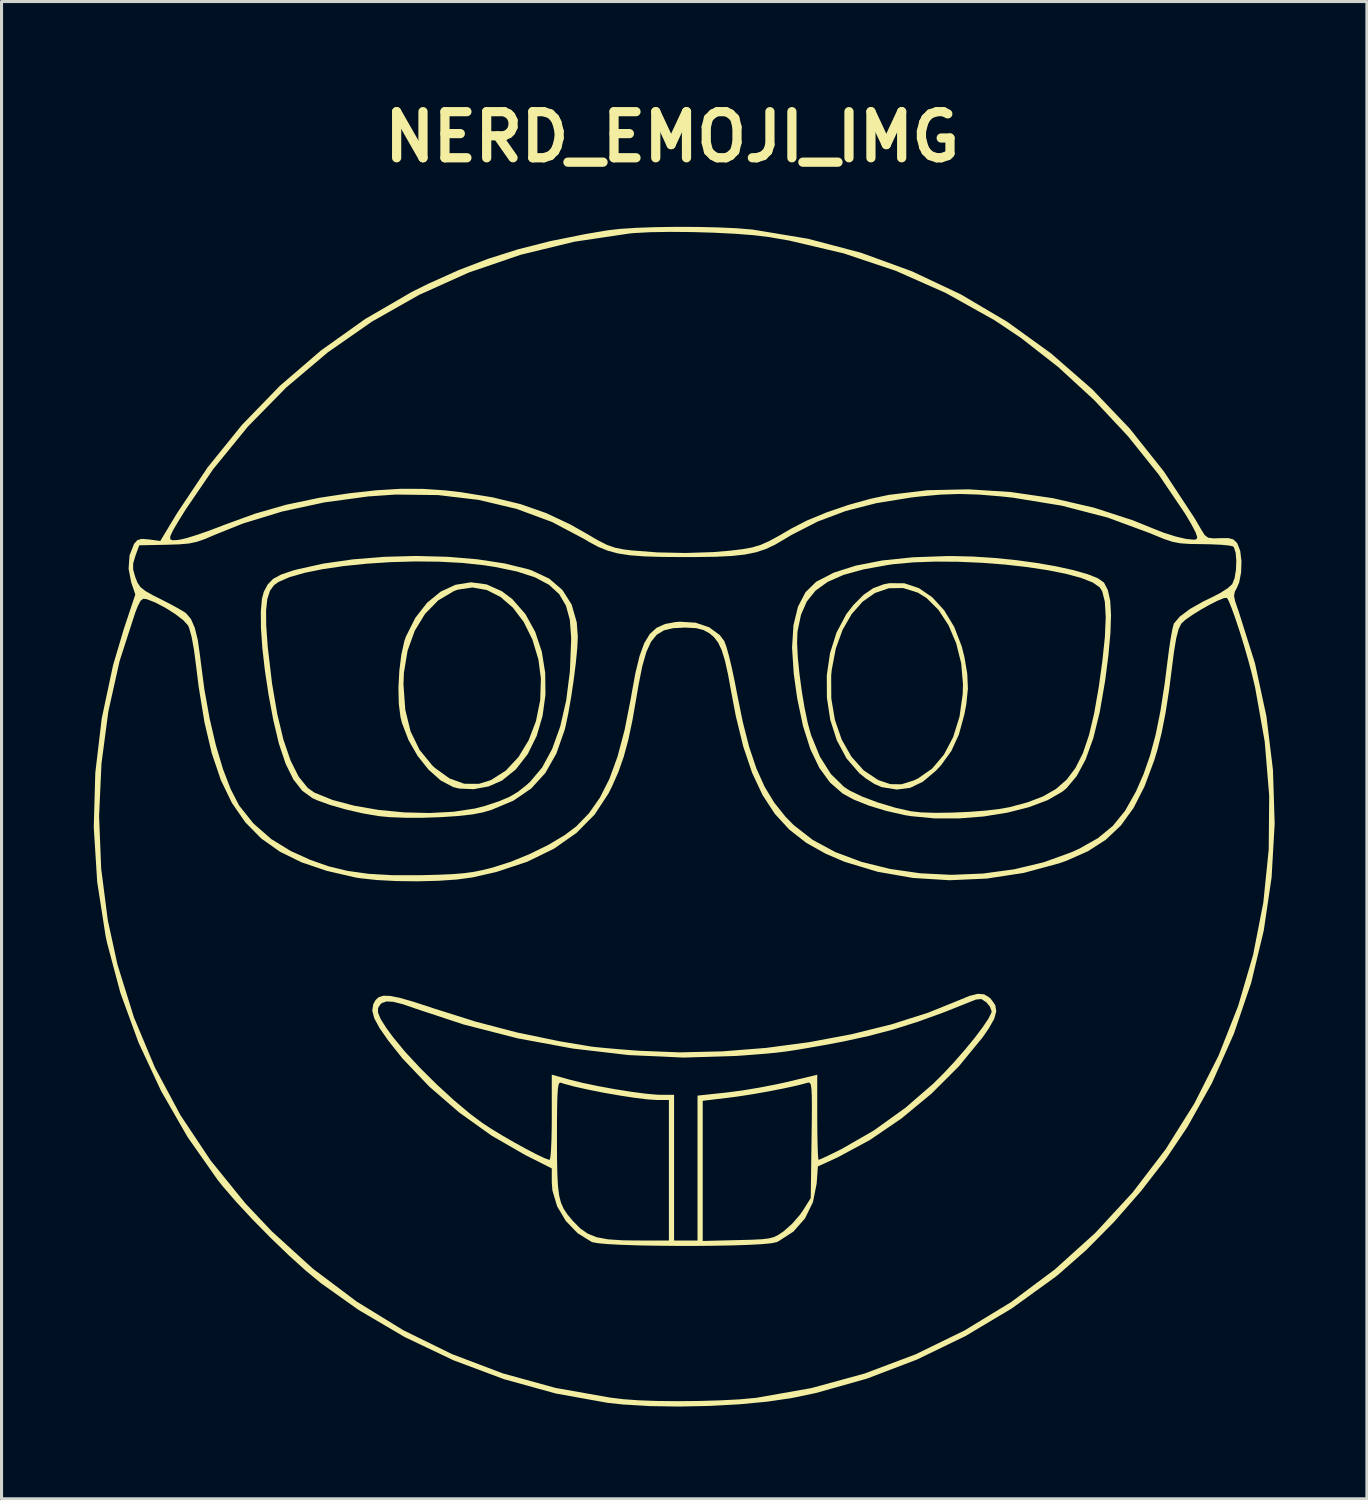
<source format=kicad_pcb>
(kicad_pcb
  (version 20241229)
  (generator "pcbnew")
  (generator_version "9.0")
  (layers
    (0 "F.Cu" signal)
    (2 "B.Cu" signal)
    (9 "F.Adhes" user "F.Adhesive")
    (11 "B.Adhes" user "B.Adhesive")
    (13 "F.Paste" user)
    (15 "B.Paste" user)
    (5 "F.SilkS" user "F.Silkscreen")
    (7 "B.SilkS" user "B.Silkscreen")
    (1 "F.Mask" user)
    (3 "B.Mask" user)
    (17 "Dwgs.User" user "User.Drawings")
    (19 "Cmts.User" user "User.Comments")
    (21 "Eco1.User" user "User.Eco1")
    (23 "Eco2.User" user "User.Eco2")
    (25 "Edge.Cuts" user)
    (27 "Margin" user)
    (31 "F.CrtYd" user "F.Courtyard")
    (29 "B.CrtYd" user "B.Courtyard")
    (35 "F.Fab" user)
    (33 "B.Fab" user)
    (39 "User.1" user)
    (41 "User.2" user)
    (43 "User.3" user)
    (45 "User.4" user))
  (footprint "NERD_EMOJI_IMG"
    (layer "F.Cu")
    (at 19.217 23.504)
    (property "Reference" "NERD_EMOJI_IMG" (at -0.4 -22.1 0) (layer "F.SilkS") (effects (font (size 1.5 1.5) (thickness 0.3))))
    (attr board_only exclude_from_pos_files exclude_from_bom)
    (fp_poly (pts (xy -6.44 -7.544) (xy -5.941 -7.321) (xy -5.601 -7.065) (xy -5.175 -6.578) (xy -4.856 -5.998) (xy -4.641 -5.351) (xy -4.531 -4.663) (xy -4.523 -3.96) (xy -4.616 -3.269) (xy -4.808 -2.616) (xy -5.098 -2.026) (xy -5.485 -1.527) (xy -5.938 -1.162) (xy -6.374 -0.971) (xy -6.863 -0.881) (xy -7.337 -0.903) (xy -7.524 -0.95) (xy -7.929 -1.164) (xy -8.324 -1.514) (xy -8.683 -1.965) (xy -8.98 -2.483) (xy -9.191 -3.036) (xy -9.239 -3.227) (xy -9.295 -3.661) (xy -9.306 -4.183) (xy -9.301 -4.288) (xy -9.142 -4.288) (xy -9.083 -3.465) (xy -8.91 -2.759) (xy -8.617 -2.158) (xy -8.201 -1.651) (xy -8.117 -1.573) (xy -7.643 -1.231) (xy -7.166 -1.059) (xy -6.688 -1.056) (xy -6.299 -1.177) (xy -5.815 -1.486) (xy -5.402 -1.927) (xy -5.071 -2.473) (xy -4.832 -3.098) (xy -4.695 -3.775) (xy -4.672 -4.478) (xy -4.752 -5.097) (xy -4.949 -5.753) (xy -5.231 -6.321) (xy -5.582 -6.786) (xy -5.987 -7.136) (xy -6.431 -7.36) (xy -6.898 -7.443) (xy -7.371 -7.373) (xy -7.501 -7.326) (xy -8.011 -7.024) (xy -8.439 -6.587) (xy -8.775 -6.036) (xy -9.008 -5.389) (xy -9.128 -4.666) (xy -9.142 -4.288) (xy -9.301 -4.288) (xy -9.277 -4.737) (xy -9.211 -5.263) (xy -9.113 -5.703) (xy -9.065 -5.842) (xy -8.756 -6.457) (xy -8.373 -6.948) (xy -7.933 -7.308) (xy -7.452 -7.531) (xy -6.949 -7.612)) (stroke (width 0) (type solid)) (fill yes) (layer "F.SilkS"))
    (fp_poly (pts (xy 7.153 -7.58) (xy 7.624 -7.423) (xy 8.061 -7.124) (xy 8.448 -6.7) (xy 8.772 -6.164) (xy 9.017 -5.531) (xy 9.106 -5.179) (xy 9.198 -4.635) (xy 9.219 -4.154) (xy 9.168 -3.653) (xy 9.103 -3.31) (xy 8.925 -2.659) (xy 8.681 -2.126) (xy 8.346 -1.662) (xy 8.174 -1.479) (xy 7.754 -1.125) (xy 7.342 -0.926) (xy 6.905 -0.87) (xy 6.413 -0.949) (xy 6.177 -1.052) (xy 5.895 -1.233) (xy 5.688 -1.4) (xy 5.269 -1.884) (xy 4.953 -2.475) (xy 4.74 -3.142) (xy 4.632 -3.855) (xy 4.628 -4.572) (xy 4.771 -4.572) (xy 4.775 -3.834) (xy 4.893 -3.133) (xy 5.115 -2.493) (xy 5.431 -1.938) (xy 5.829 -1.493) (xy 6.298 -1.182) (xy 6.308 -1.177) (xy 6.694 -1.046) (xy 7.057 -1.041) (xy 7.454 -1.165) (xy 7.596 -1.232) (xy 8.055 -1.552) (xy 8.439 -2.007) (xy 8.739 -2.577) (xy 8.946 -3.241) (xy 9.049 -3.977) (xy 9.058 -4.301) (xy 9 -4.978) (xy 8.838 -5.626) (xy 8.587 -6.215) (xy 8.26 -6.716) (xy 7.873 -7.1) (xy 7.591 -7.275) (xy 7.112 -7.425) (xy 6.644 -7.418) (xy 6.2 -7.266) (xy 5.793 -6.981) (xy 5.436 -6.576) (xy 5.141 -6.063) (xy 4.921 -5.454) (xy 4.789 -4.761) (xy 4.771 -4.572) (xy 4.628 -4.572) (xy 4.628 -4.585) (xy 4.732 -5.301) (xy 4.943 -5.974) (xy 5.262 -6.574) (xy 5.493 -6.872) (xy 5.828 -7.208) (xy 6.141 -7.423) (xy 6.483 -7.548) (xy 6.662 -7.583)) (stroke (width 0) (type solid)) (fill yes) (layer "F.SilkS"))
    (fp_poly (pts (xy -7.715 -8.442) (xy -6.742 -8.361) (xy -5.854 -8.226) (xy -5.085 -8.037) (xy -4.97 -7.999) (xy -4.404 -7.734) (xy -3.971 -7.362) (xy -3.671 -6.888) (xy -3.506 -6.312) (xy -3.471 -5.844) (xy -3.488 -5.478) (xy -3.534 -4.997) (xy -3.602 -4.451) (xy -3.685 -3.892) (xy -3.776 -3.37) (xy -3.867 -2.936) (xy -3.899 -2.809) (xy -4.168 -2.041) (xy -4.526 -1.41) (xy -4.988 -0.903) (xy -5.566 -0.508) (xy -6.274 -0.211) (xy -6.562 -0.126) (xy -6.909 -0.06) (xy -7.381 -0.008) (xy -7.93 0.028) (xy -8.513 0.048) (xy -9.083 0.048) (xy -9.595 0.028) (xy -9.948 -0.006) (xy -10.476 -0.097) (xy -11.021 -0.223) (xy -11.531 -0.369) (xy -11.951 -0.521) (xy -12.106 -0.592) (xy -12.437 -0.833) (xy -12.725 -1.201) (xy -12.975 -1.707) (xy -13.194 -2.36) (xy -13.377 -3.129) (xy -13.531 -3.955) (xy -13.65 -4.742) (xy -13.733 -5.468) (xy -13.778 -6.113) (xy -13.783 -6.654) (xy -13.779 -6.699) (xy -13.611 -6.699) (xy -13.607 -6.205) (xy -13.562 -5.57) (xy -13.552 -5.461) (xy -13.417 -4.321) (xy -13.248 -3.331) (xy -13.047 -2.492) (xy -12.813 -1.809) (xy -12.549 -1.285) (xy -12.255 -0.923) (xy -12.038 -0.77) (xy -11.451 -0.532) (xy -10.743 -0.344) (xy -9.955 -0.208) (xy -9.126 -0.128) (xy -8.299 -0.107) (xy -7.515 -0.148) (xy -6.815 -0.254) (xy -6.477 -0.342) (xy -6.03 -0.491) (xy -5.696 -0.632) (xy -5.422 -0.794) (xy -5.155 -1.004) (xy -5.02 -1.126) (xy -4.632 -1.587) (xy -4.305 -2.192) (xy -4.042 -2.925) (xy -3.849 -3.769) (xy -3.729 -4.71) (xy -3.688 -5.73) (xy -3.689 -5.842) (xy -3.731 -6.394) (xy -3.857 -6.853) (xy -4.079 -7.229) (xy -4.411 -7.532) (xy -4.866 -7.774) (xy -5.457 -7.965) (xy -6.197 -8.117) (xy -6.529 -8.167) (xy -7.225 -8.242) (xy -7.977 -8.282) (xy -8.761 -8.29) (xy -9.555 -8.268) (xy -10.335 -8.217) (xy -11.078 -8.141) (xy -11.76 -8.041) (xy -12.357 -7.92) (xy -12.847 -7.78) (xy -13.206 -7.623) (xy -13.353 -7.518) (xy -13.485 -7.335) (xy -13.571 -7.069) (xy -13.611 -6.699) (xy -13.779 -6.699) (xy -13.747 -7.07) (xy -13.685 -7.305) (xy -13.556 -7.546) (xy -13.382 -7.724) (xy -13.124 -7.864) (xy -12.746 -7.992) (xy -12.615 -8.028) (xy -11.747 -8.221) (xy -10.788 -8.358) (xy -9.773 -8.441) (xy -8.737 -8.469)) (stroke (width 0) (type solid)) (fill yes) (layer "F.SilkS"))
    (fp_poly (pts (xy 9.383 -8.45) (xy 10.087 -8.404) (xy 10.789 -8.333) (xy 11.465 -8.241) (xy 12.093 -8.131) (xy 12.649 -8.009) (xy 13.108 -7.878) (xy 13.446 -7.743) (xy 13.641 -7.607) (xy 13.649 -7.597) (xy 13.772 -7.357) (xy 13.848 -7.011) (xy 13.875 -6.548) (xy 13.855 -5.957) (xy 13.788 -5.225) (xy 13.682 -4.403) (xy 13.509 -3.395) (xy 13.3 -2.547) (xy 13.051 -1.855) (xy 12.761 -1.312) (xy 12.428 -0.914) (xy 12.29 -0.8) (xy 11.813 -0.526) (xy 11.206 -0.297) (xy 10.5 -0.118) (xy 9.731 0.006) (xy 8.931 0.069) (xy 8.134 0.068) (xy 7.374 -0.004) (xy 7.154 -0.04) (xy 6.563 -0.175) (xy 5.998 -0.347) (xy 5.508 -0.542) (xy 5.146 -0.739) (xy 4.735 -1.096) (xy 4.385 -1.576) (xy 4.092 -2.188) (xy 3.853 -2.941) (xy 3.665 -3.842) (xy 3.553 -4.641) (xy 3.498 -5.489) (xy 3.508 -5.643) (xy 3.662 -5.643) (xy 3.685 -5.182) (xy 3.738 -4.645) (xy 3.814 -4.077) (xy 3.907 -3.522) (xy 4.012 -3.023) (xy 4.115 -2.649) (xy 4.405 -1.94) (xy 4.762 -1.375) (xy 5.184 -0.962) (xy 5.367 -0.841) (xy 5.779 -0.642) (xy 6.298 -0.447) (xy 6.861 -0.278) (xy 7.366 -0.164) (xy 7.702 -0.127) (xy 8.159 -0.113) (xy 8.691 -0.12) (xy 9.249 -0.144) (xy 9.789 -0.185) (xy 10.262 -0.241) (xy 10.581 -0.299) (xy 11.166 -0.457) (xy 11.663 -0.648) (xy 12.08 -0.887) (xy 12.429 -1.19) (xy 12.717 -1.572) (xy 12.957 -2.048) (xy 13.156 -2.635) (xy 13.325 -3.346) (xy 13.474 -4.199) (xy 13.591 -5.038) (xy 13.675 -5.837) (xy 13.702 -6.485) (xy 13.673 -6.979) (xy 13.588 -7.318) (xy 13.508 -7.446) (xy 13.28 -7.605) (xy 12.907 -7.752) (xy 12.41 -7.887) (xy 11.814 -8.006) (xy 11.141 -8.108) (xy 10.416 -8.189) (xy 9.66 -8.247) (xy 8.898 -8.28) (xy 8.152 -8.285) (xy 7.446 -8.26) (xy 6.803 -8.202) (xy 6.639 -8.179) (xy 5.83 -8.034) (xy 5.174 -7.853) (xy 4.656 -7.625) (xy 4.262 -7.34) (xy 3.978 -6.987) (xy 3.789 -6.554) (xy 3.68 -6.032) (xy 3.674 -5.984) (xy 3.662 -5.643) (xy 3.508 -5.643) (xy 3.544 -6.216) (xy 3.69 -6.817) (xy 3.935 -7.288) (xy 4.278 -7.625) (xy 4.298 -7.638) (xy 4.858 -7.927) (xy 5.571 -8.155) (xy 6.429 -8.322) (xy 7.426 -8.426) (xy 8.555 -8.466) (xy 8.702 -8.466)) (stroke (width 0) (type solid)) (fill yes) (layer "F.SilkS"))
    (fp_poly (pts (xy 9.747 5.791) (xy 9.916 5.894) (xy 9.976 5.953) (xy 10.108 6.141) (xy 10.142 6.344) (xy 10.074 6.589) (xy 9.896 6.905) (xy 9.693 7.197) (xy 8.924 8.134) (xy 8.034 9.022) (xy 7.057 9.83) (xy 6.029 10.531) (xy 4.984 11.094) (xy 4.896 11.135) (xy 4.339 11.388) (xy 4.298 11.953) (xy 4.178 12.551) (xy 3.921 13.078) (xy 3.542 13.51) (xy 3.059 13.824) (xy 2.987 13.856) (xy 2.818 13.89) (xy 2.505 13.919) (xy 2.075 13.942) (xy 1.553 13.959) (xy 0.966 13.97) (xy 0.339 13.976) (xy -0.302 13.975) (xy -0.931 13.969) (xy -1.523 13.958) (xy -2.052 13.94) (xy -2.492 13.917) (xy -2.817 13.888) (xy -3.001 13.854) (xy -3.012 13.85) (xy -3.071 13.814) (xy 0.593 13.814) (xy 1.728 13.786) (xy 2.187 13.774) (xy 2.513 13.758) (xy 2.741 13.731) (xy 2.907 13.688) (xy 3.045 13.62) (xy 3.193 13.521) (xy 3.231 13.494) (xy 3.498 13.257) (xy 3.756 12.961) (xy 3.852 12.823) (xy 4.106 12.418) (xy 4.132 10.52) (xy 4.14 9.906) (xy 4.143 9.442) (xy 4.14 9.107) (xy 4.13 8.881) (xy 4.112 8.745) (xy 4.083 8.678) (xy 4.043 8.661) (xy 4.005 8.668) (xy 3.679 8.754) (xy 3.235 8.851) (xy 2.724 8.951) (xy 2.195 9.044) (xy 1.7 9.12) (xy 1.46 9.151) (xy 0.593 9.255) (xy 0.593 11.534) (xy 0.593 13.814) (xy -3.071 13.814) (xy -3.476 13.564) (xy -3.862 13.163) (xy -4.145 12.685) (xy -4.298 12.168) (xy -4.318 11.91) (xy -4.318 11.454) (xy -5.186 11.016) (xy -6.277 10.388) (xy -7.329 9.636) (xy -8.307 8.789) (xy -9.174 7.878) (xy -9.638 7.295) (xy -9.922 6.886) (xy -10.093 6.569) (xy -10.14 6.388) (xy -9.97 6.388) (xy -9.884 6.596) (xy -9.7 6.885) (xy -9.484 7.181) (xy -9.094 7.655) (xy -8.604 8.183) (xy -8.057 8.725) (xy -7.494 9.242) (xy -6.956 9.692) (xy -6.572 9.978) (xy -6.281 10.168) (xy -5.929 10.382) (xy -5.55 10.601) (xy -5.175 10.808) (xy -4.838 10.984) (xy -4.572 11.112) (xy -4.408 11.173) (xy -4.387 11.176) (xy -4.364 11.096) (xy -4.344 10.875) (xy -4.329 10.54) (xy -4.327 10.45) (xy -4.149 10.45) (xy -4.147 11.111) (xy -4.137 11.628) (xy -4.116 12.026) (xy -4.078 12.332) (xy -4.018 12.57) (xy -3.932 12.765) (xy -3.814 12.944) (xy -3.659 13.131) (xy -3.631 13.164) (xy -3.393 13.405) (xy -3.146 13.577) (xy -2.856 13.693) (xy -2.49 13.761) (xy -2.013 13.793) (xy -1.587 13.799) (xy -0.508 13.801) (xy -0.508 11.515) (xy -0.508 9.229) (xy -0.896 9.229) (xy -1.196 9.21) (xy -1.613 9.159) (xy -2.103 9.084) (xy -2.623 8.994) (xy -3.127 8.894) (xy -3.572 8.795) (xy -3.914 8.703) (xy -4.027 8.665) (xy -4.067 8.67) (xy -4.098 8.735) (xy -4.12 8.878) (xy -4.135 9.119) (xy -4.144 9.476) (xy -4.148 9.969) (xy -4.149 10.45) (xy -4.327 10.45) (xy -4.32 10.12) (xy -4.318 9.79) (xy -4.318 8.405) (xy -3.747 8.564) (xy -3.324 8.669) (xy -2.819 8.775) (xy -2.279 8.874) (xy -1.747 8.959) (xy -1.271 9.022) (xy -0.894 9.056) (xy -0.774 9.059) (xy -0.339 9.059) (xy -0.339 11.43) (xy -0.339 13.801) (xy 0.042 13.801) (xy 0.423 13.801) (xy 0.423 11.443) (xy 0.423 9.086) (xy 1.376 8.984) (xy 1.88 8.918) (xy 2.459 8.821) (xy 3.026 8.711) (xy 3.323 8.645) (xy 4.318 8.407) (xy 4.318 9.792) (xy 4.321 10.254) (xy 4.328 10.651) (xy 4.338 10.955) (xy 4.352 11.136) (xy 4.362 11.176) (xy 4.452 11.14) (xy 4.658 11.045) (xy 4.941 10.907) (xy 5.103 10.827) (xy 6.154 10.223) (xy 7.187 9.481) (xy 8.088 8.701) (xy 8.434 8.357) (xy 8.788 7.976) (xy 9.13 7.584) (xy 9.441 7.204) (xy 9.699 6.862) (xy 9.887 6.581) (xy 9.982 6.388) (xy 9.991 6.342) (xy 9.932 6.188) (xy 9.817 6.05) (xy 9.657 5.945) (xy 9.486 5.96) (xy 9.415 5.987) (xy 8.459 6.369) (xy 7.601 6.68) (xy 6.794 6.935) (xy 5.988 7.147) (xy 5.135 7.333) (xy 4.53 7.446) (xy 4.029 7.534) (xy 3.638 7.6) (xy 3.311 7.65) (xy 3.001 7.688) (xy 2.662 7.721) (xy 2.248 7.754) (xy 1.712 7.794) (xy 1.693 7.795) (xy -0.027 7.849) (xy -1.811 7.768) (xy -3.623 7.557) (xy -5.43 7.223) (xy -7.198 6.769) (xy -8.714 6.268) (xy -9.156 6.115) (xy -9.474 6.035) (xy -9.694 6.023) (xy -9.843 6.075) (xy -9.889 6.113) (xy -9.969 6.236) (xy -9.97 6.388) (xy -10.14 6.388) (xy -10.158 6.319) (xy -10.125 6.11) (xy -10.049 5.976) (xy -9.947 5.882) (xy -9.797 5.837) (xy -9.58 5.843) (xy -9.273 5.903) (xy -8.857 6.02) (xy -8.308 6.198) (xy -8.17 6.245) (xy -6.798 6.678) (xy -5.45 7.031) (xy -4.055 7.32) (xy -3.048 7.488) (xy -2.859 7.51) (xy -2.539 7.541) (xy -2.129 7.577) (xy -1.666 7.613) (xy -1.482 7.627) (xy -0.151 7.679) (xy 1.237 7.646) (xy 2.651 7.534) (xy 4.058 7.347) (xy 5.428 7.09) (xy 6.727 6.769) (xy 7.925 6.388) (xy 8.879 6.003) (xy 9.264 5.844) (xy 9.541 5.774)) (stroke (width 0) (type solid)) (fill yes) (layer "F.SilkS"))
    (fp_poly (pts (xy 0.425 -19.172) (xy 1.088 -19.157) (xy 1.687 -19.13) (xy 2.182 -19.089) (xy 2.244 -19.082) (xy 4.02 -18.787) (xy 5.741 -18.333) (xy 7.401 -17.728) (xy 8.991 -16.977) (xy 10.502 -16.084) (xy 11.927 -15.055) (xy 13.257 -13.896) (xy 14.484 -12.612) (xy 15.6 -11.209) (xy 16.597 -9.692) (xy 16.815 -9.317) (xy 16.924 -9.145) (xy 17.036 -9.062) (xy 17.212 -9.041) (xy 17.414 -9.048) (xy 17.686 -9.05) (xy 17.849 -9.009) (xy 17.961 -8.907) (xy 17.983 -8.877) (xy 18.077 -8.636) (xy 18.118 -8.299) (xy 18.106 -7.934) (xy 18.043 -7.606) (xy 17.974 -7.444) (xy 17.901 -7.303) (xy 17.877 -7.177) (xy 17.907 -7.012) (xy 17.993 -6.755) (xy 18.025 -6.669) (xy 18.557 -4.98) (xy 18.929 -3.257) (xy 19.142 -1.513) (xy 19.198 0.239) (xy 19.098 1.987) (xy 18.843 3.717) (xy 18.434 5.417) (xy 17.872 7.073) (xy 17.16 8.674) (xy 16.361 10.103) (xy 15.661 11.145) (xy 14.855 12.187) (xy 13.979 13.188) (xy 13.07 14.108) (xy 12.16 14.908) (xy 12.065 14.984) (xy 10.648 16.008) (xy 9.139 16.908) (xy 7.56 17.673) (xy 5.934 18.293) (xy 4.281 18.759) (xy 3.471 18.928) (xy 2.683 19.043) (xy 1.779 19.128) (xy 0.809 19.181) (xy -0.178 19.201) (xy -1.131 19.186) (xy -2.001 19.134) (xy -2.498 19.081) (xy -4.19 18.776) (xy -5.869 18.312) (xy -7.513 17.697) (xy -9.099 16.942) (xy -10.604 16.057) (xy -11.826 15.189) (xy -12.319 14.782) (xy -12.878 14.277) (xy -13.466 13.711) (xy -14.046 13.122) (xy -14.581 12.547) (xy -15.034 12.021) (xy -15.189 11.826) (xy -16.166 10.433) (xy -17.026 8.937) (xy -17.759 7.366) (xy -18.35 5.747) (xy -18.786 4.11) (xy -18.832 3.895) (xy -19.105 2.138) (xy -19.217 0.361) (xy -19.207 -0.003) (xy -19.044 -0.003) (xy -18.975 1.705) (xy -18.759 3.387) (xy -18.445 4.826) (xy -17.91 6.54) (xy -17.228 8.171) (xy -16.396 9.723) (xy -15.415 11.196) (xy -14.284 12.592) (xy -13.422 13.504) (xy -12.088 14.716) (xy -10.662 15.787) (xy -9.152 16.715) (xy -7.565 17.494) (xy -5.909 18.122) (xy -4.192 18.595) (xy -2.421 18.909) (xy -1.99 18.961) (xy -1.505 18.997) (xy -0.898 19.019) (xy -0.218 19.026) (xy 0.489 19.019) (xy 1.175 18.999) (xy 1.793 18.966) (xy 2.296 18.92) (xy 2.347 18.914) (xy 4.127 18.6) (xy 5.853 18.128) (xy 7.516 17.502) (xy 9.109 16.725) (xy 10.623 15.803) (xy 12.05 14.737) (xy 13.363 13.552) (xy 14.578 12.235) (xy 15.653 10.828) (xy 16.584 9.343) (xy 17.371 7.788) (xy 18.008 6.174) (xy 18.495 4.512) (xy 18.828 2.81) (xy 19.004 1.079) (xy 19.02 -0.671) (xy 18.874 -2.429) (xy 18.562 -4.187) (xy 18.449 -4.661) (xy 18.333 -5.096) (xy 18.2 -5.556) (xy 18.06 -6.01) (xy 17.923 -6.424) (xy 17.8 -6.767) (xy 17.702 -7.006) (xy 17.645 -7.106) (xy 17.546 -7.097) (xy 17.345 -7.015) (xy 17.081 -6.882) (xy 16.792 -6.719) (xy 16.517 -6.548) (xy 16.293 -6.391) (xy 16.161 -6.268) (xy 16.158 -6.265) (xy 16.073 -6.089) (xy 15.996 -5.793) (xy 15.924 -5.359) (xy 15.877 -4.995) (xy 15.764 -4.108) (xy 15.648 -3.36) (xy 15.523 -2.723) (xy 15.385 -2.167) (xy 15.28 -1.82) (xy 14.964 -0.972) (xy 14.609 -0.273) (xy 14.196 0.298) (xy 13.706 0.762) (xy 13.121 1.138) (xy 12.423 1.447) (xy 12.188 1.53) (xy 11.03 1.843) (xy 9.833 2.026) (xy 8.625 2.08) (xy 7.432 2.006) (xy 6.283 1.805) (xy 5.205 1.48) (xy 4.589 1.217) (xy 3.956 0.86) (xy 3.409 0.433) (xy 2.939 -0.078) (xy 2.539 -0.69) (xy 2.199 -1.414) (xy 1.911 -2.268) (xy 1.668 -3.263) (xy 1.524 -4.022) (xy 1.415 -4.618) (xy 1.313 -5.071) (xy 1.209 -5.407) (xy 1.093 -5.651) (xy 0.957 -5.829) (xy 0.816 -5.949) (xy 0.617 -6.06) (xy 0.382 -6.119) (xy 0.049 -6.138) (xy -0.015 -6.138) (xy -0.378 -6.118) (xy -0.67 -6.047) (xy -0.904 -5.905) (xy -1.09 -5.676) (xy -1.242 -5.342) (xy -1.373 -4.884) (xy -1.493 -4.284) (xy -1.559 -3.895) (xy -1.694 -3.12) (xy -1.83 -2.478) (xy -1.979 -1.93) (xy -2.151 -1.44) (xy -2.358 -0.972) (xy -2.473 -0.742) (xy -2.922 -0.058) (xy -3.515 0.542) (xy -4.248 1.055) (xy -5.117 1.479) (xy -6.118 1.811) (xy -6.9 1.989) (xy -7.396 2.056) (xy -8.006 2.098) (xy -8.679 2.115) (xy -9.362 2.107) (xy -10.001 2.074) (xy -10.545 2.016) (xy -10.71 1.989) (xy -11.64 1.774) (xy -12.454 1.499) (xy -13.161 1.152) (xy -13.769 0.722) (xy -14.286 0.197) (xy -14.722 -0.432) (xy -15.083 -1.177) (xy -15.378 -2.049) (xy -15.616 -3.059) (xy -15.805 -4.217) (xy -15.885 -4.865) (xy -15.956 -5.41) (xy -16.034 -5.838) (xy -16.115 -6.128) (xy -16.153 -6.212) (xy -16.306 -6.38) (xy -16.567 -6.58) (xy -16.888 -6.783) (xy -17.219 -6.956) (xy -17.497 -7.064) (xy -17.606 -7.076) (xy -17.692 -7.013) (xy -17.781 -6.843) (xy -17.866 -6.629) (xy -18.376 -5.052) (xy -18.743 -3.406) (xy -18.966 -1.715) (xy -19.044 -0.003) (xy -19.207 -0.003) (xy -19.167 -1.418) (xy -18.958 -3.182) (xy -18.59 -4.912) (xy -18.242 -6.085) (xy -17.865 -7.217) (xy -17.999 -7.609) (xy -18.079 -8.026) (xy -17.935 -8.026) (xy -17.864 -7.772) (xy -17.862 -7.768) (xy -17.789 -7.588) (xy -17.694 -7.453) (xy -17.539 -7.33) (xy -17.29 -7.189) (xy -17.052 -7.07) (xy -16.726 -6.903) (xy -16.445 -6.749) (xy -16.254 -6.634) (xy -16.213 -6.604) (xy -16.054 -6.416) (xy -15.93 -6.132) (xy -15.832 -5.73) (xy -15.755 -5.186) (xy -15.746 -5.106) (xy -15.618 -4.125) (xy -15.449 -3.187) (xy -15.246 -2.317) (xy -15.015 -1.541) (xy -14.762 -0.883) (xy -14.496 -0.367) (xy -14.477 -0.336) (xy -14.021 0.235) (xy -13.443 0.74) (xy -12.816 1.125) (xy -12.191 1.41) (xy -11.584 1.625) (xy -10.958 1.776) (xy -10.277 1.871) (xy -9.503 1.915) (xy -8.601 1.916) (xy -8.594 1.916) (xy -8.005 1.901) (xy -7.545 1.881) (xy -7.176 1.851) (xy -6.856 1.807) (xy -6.546 1.744) (xy -6.248 1.669) (xy -5.642 1.476) (xy -5.017 1.219) (xy -4.418 0.923) (xy -3.895 0.61) (xy -3.523 0.33) (xy -3.108 -0.099) (xy -2.75 -0.61) (xy -2.442 -1.221) (xy -2.177 -1.948) (xy -1.949 -2.807) (xy -1.75 -3.816) (xy -1.725 -3.963) (xy -1.597 -4.663) (xy -1.463 -5.212) (xy -1.312 -5.628) (xy -1.131 -5.929) (xy -0.908 -6.132) (xy -0.632 -6.256) (xy -0.29 -6.319) (xy -0.147 -6.33) (xy 0.362 -6.298) (xy 0.804 -6.148) (xy 1.148 -5.895) (xy 1.293 -5.702) (xy 1.359 -5.528) (xy 1.445 -5.223) (xy 1.541 -4.821) (xy 1.639 -4.357) (xy 1.697 -4.051) (xy 1.893 -3.08) (xy 2.103 -2.256) (xy 2.338 -1.558) (xy 2.606 -0.962) (xy 2.918 -0.446) (xy 3.283 0.011) (xy 3.551 0.285) (xy 4.171 0.768) (xy 4.916 1.168) (xy 5.764 1.484) (xy 6.69 1.713) (xy 7.672 1.854) (xy 8.687 1.904) (xy 9.711 1.862) (xy 10.72 1.725) (xy 11.692 1.493) (xy 12.604 1.162) (xy 12.84 1.054) (xy 13.447 0.712) (xy 13.931 0.314) (xy 14.33 -0.177) (xy 14.681 -0.799) (xy 14.684 -0.804) (xy 14.934 -1.376) (xy 15.146 -1.985) (xy 15.327 -2.66) (xy 15.482 -3.428) (xy 15.62 -4.319) (xy 15.708 -5.018) (xy 15.763 -5.443) (xy 15.82 -5.817) (xy 15.873 -6.103) (xy 15.916 -6.262) (xy 15.92 -6.271) (xy 16.11 -6.496) (xy 16.44 -6.743) (xy 16.888 -6.996) (xy 17.124 -7.108) (xy 17.422 -7.261) (xy 17.67 -7.42) (xy 17.815 -7.551) (xy 17.816 -7.552) (xy 17.893 -7.743) (xy 17.938 -8.014) (xy 17.95 -8.31) (xy 17.929 -8.573) (xy 17.872 -8.749) (xy 17.843 -8.779) (xy 17.719 -8.808) (xy 17.465 -8.832) (xy 17.124 -8.848) (xy 16.849 -8.853) (xy 16.436 -8.859) (xy 16.131 -8.88) (xy 15.873 -8.929) (xy 15.6 -9.02) (xy 15.25 -9.163) (xy 15.155 -9.204) (xy 13.765 -9.717) (xy 12.27 -10.105) (xy 10.682 -10.364) (xy 10.287 -10.407) (xy 9.57 -10.466) (xy 8.942 -10.485) (xy 8.327 -10.464) (xy 7.652 -10.403) (xy 7.366 -10.369) (xy 6.244 -10.187) (xy 5.245 -9.931) (xy 4.334 -9.589) (xy 3.477 -9.15) (xy 3.246 -9.011) (xy 2.937 -8.831) (xy 2.641 -8.692) (xy 2.329 -8.589) (xy 1.973 -8.516) (xy 1.545 -8.469) (xy 1.016 -8.443) (xy 0.36 -8.433) (xy 0 -8.432) (xy -0.726 -8.437) (xy -1.311 -8.455) (xy -1.782 -8.491) (xy -2.169 -8.551) (xy -2.498 -8.64) (xy -2.798 -8.761) (xy -3.098 -8.921) (xy -3.246 -9.011) (xy -4.304 -9.571) (xy -5.46 -9.999) (xy -6.701 -10.293) (xy -8.018 -10.449) (xy -9.4 -10.466) (xy -10.287 -10.405) (xy -11.72 -10.21) (xy -13.087 -9.914) (xy -14.358 -9.526) (xy -15.27 -9.161) (xy -15.601 -9.019) (xy -15.867 -8.927) (xy -16.125 -8.873) (xy -16.436 -8.846) (xy -16.849 -8.833) (xy -17.738 -8.815) (xy -17.862 -8.471) (xy -17.935 -8.226) (xy -17.935 -8.026) (xy -18.079 -8.026) (xy -18.084 -8.053) (xy -18.053 -8.49) (xy -17.908 -8.858) (xy -17.902 -8.867) (xy -17.797 -8.985) (xy -17.655 -9.025) (xy -17.416 -9.006) (xy -17.053 -8.956) (xy -17.018 -9.014) (xy -16.73 -9.014) (xy -16.659 -8.98) (xy -16.516 -8.986) (xy -16.418 -8.999) (xy -16.197 -9.05) (xy -15.864 -9.153) (xy -15.461 -9.293) (xy -15.032 -9.456) (xy -14.986 -9.475) (xy -13.97 -9.845) (xy -12.959 -10.135) (xy -11.893 -10.359) (xy -10.922 -10.506) (xy -10.033 -10.605) (xy -9.249 -10.653) (xy -8.516 -10.652) (xy -7.776 -10.602) (xy -7.265 -10.542) (xy -6.237 -10.375) (xy -5.33 -10.154) (xy -4.501 -9.864) (xy -3.706 -9.49) (xy -3.175 -9.188) (xy -2.805 -8.972) (xy -2.521 -8.829) (xy -2.267 -8.74) (xy -1.989 -8.683) (xy -1.736 -8.651) (xy -0.887 -8.585) (xy 0.029 -8.566) (xy 0.928 -8.594) (xy 1.504 -8.643) (xy 1.896 -8.691) (xy 2.203 -8.747) (xy 2.473 -8.828) (xy 2.751 -8.951) (xy 3.084 -9.132) (xy 3.456 -9.35) (xy 3.98 -9.621) (xy 4.623 -9.887) (xy 5.331 -10.129) (xy 6.054 -10.33) (xy 6.647 -10.456) (xy 7.905 -10.608) (xy 9.239 -10.637) (xy 10.612 -10.549) (xy 11.987 -10.348) (xy 13.327 -10.038) (xy 14.597 -9.624) (xy 15.161 -9.395) (xy 15.576 -9.23) (xy 15.975 -9.103) (xy 16.32 -9.022) (xy 16.571 -8.998) (xy 16.653 -9.011) (xy 16.679 -9.078) (xy 16.625 -9.238) (xy 16.484 -9.507) (xy 16.286 -9.841) (xy 15.418 -11.125) (xy 14.423 -12.366) (xy 13.327 -13.538) (xy 12.158 -14.613) (xy 10.941 -15.564) (xy 10.075 -16.142) (xy 8.503 -17.021) (xy 6.872 -17.744) (xy 5.174 -18.312) (xy 3.404 -18.729) (xy 2.743 -18.843) (xy 2.258 -18.902) (xy 1.65 -18.949) (xy 0.964 -18.984) (xy 0.248 -19.005) (xy -0.454 -19.011) (xy -1.096 -19.001) (xy -1.631 -18.973) (xy -1.778 -18.96) (xy -3.587 -18.69) (xy -5.337 -18.264) (xy -7.021 -17.687) (xy -8.632 -16.962) (xy -10.163 -16.095) (xy -11.605 -15.09) (xy -12.953 -13.951) (xy -14.197 -12.684) (xy -15.332 -11.292) (xy -16.23 -9.975) (xy -16.481 -9.571) (xy -16.645 -9.29) (xy -16.727 -9.111) (xy -16.73 -9.014) (xy -17.018 -9.014) (xy -16.507 -9.862) (xy -15.516 -11.346) (xy -14.398 -12.73) (xy -13.163 -14.003) (xy -11.824 -15.155) (xy -10.39 -16.176) (xy -8.875 -17.056) (xy -8.327 -17.328) (xy -7.346 -17.768) (xy -6.388 -18.136) (xy -5.408 -18.446) (xy -4.368 -18.71) (xy -3.224 -18.94) (xy -2.498 -19.063) (xy -2.095 -19.109) (xy -1.563 -19.143) (xy -0.94 -19.165) (xy -0.264 -19.175)) (stroke (width 0) (type solid)) (fill yes) (layer "F.SilkS")))
  (gr_rect
    (start -3 -3)
    (end 41.415 45.705)
    (stroke (width 0.1) (type default))
    (fill no)
    (layer "Edge.Cuts")))
</source>
